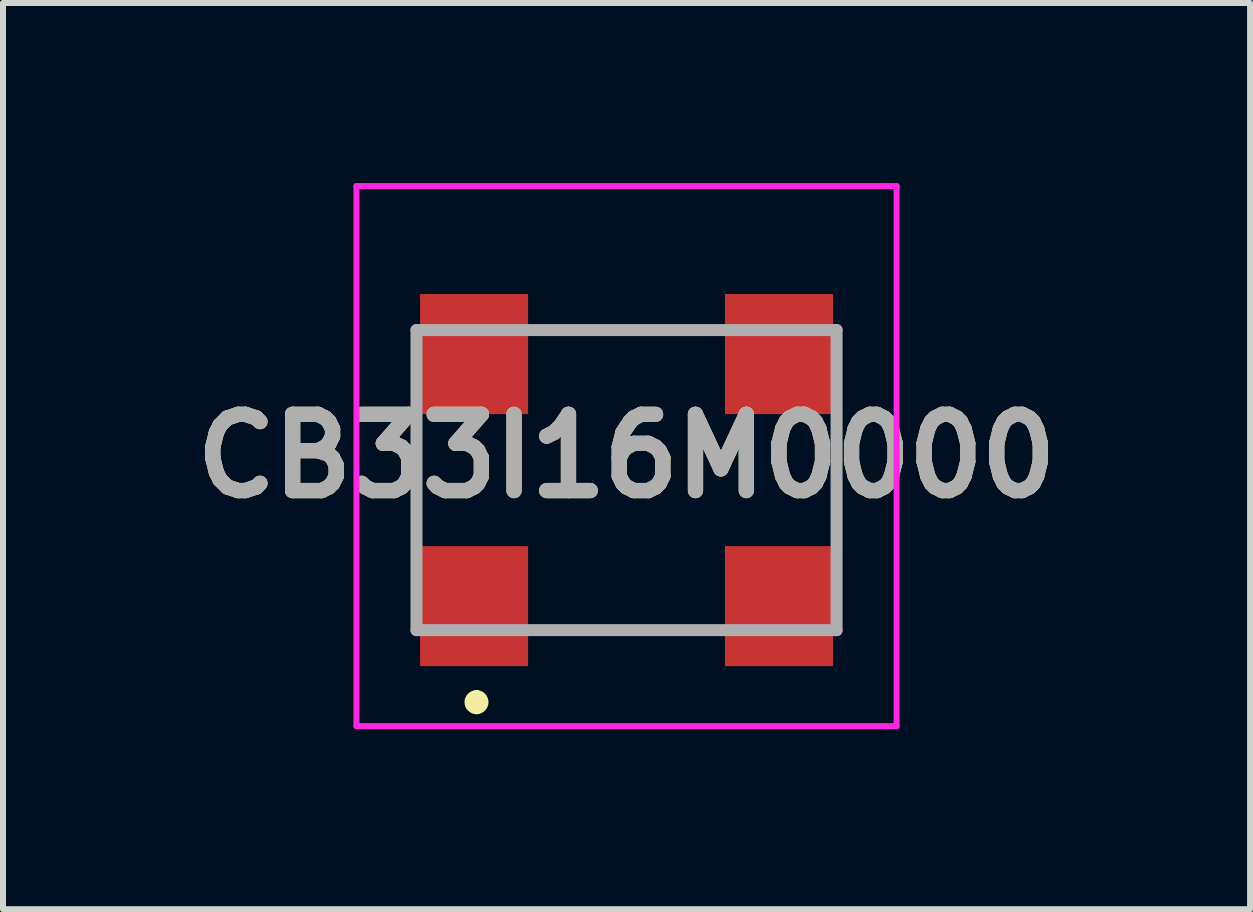
<source format=kicad_pcb>
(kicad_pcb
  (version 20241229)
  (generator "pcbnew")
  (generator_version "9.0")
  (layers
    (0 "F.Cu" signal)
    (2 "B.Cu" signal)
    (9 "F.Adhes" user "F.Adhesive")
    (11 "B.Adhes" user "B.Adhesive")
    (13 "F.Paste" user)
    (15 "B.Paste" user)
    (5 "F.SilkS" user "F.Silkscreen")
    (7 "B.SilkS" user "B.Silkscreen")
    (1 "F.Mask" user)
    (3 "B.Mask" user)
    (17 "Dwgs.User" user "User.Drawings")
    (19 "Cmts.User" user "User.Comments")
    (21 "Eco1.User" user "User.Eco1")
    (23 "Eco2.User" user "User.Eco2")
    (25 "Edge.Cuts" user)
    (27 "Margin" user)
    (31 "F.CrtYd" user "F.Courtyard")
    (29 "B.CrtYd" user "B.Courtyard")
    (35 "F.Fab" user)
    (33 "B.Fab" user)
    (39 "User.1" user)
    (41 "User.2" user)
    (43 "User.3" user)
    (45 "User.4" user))
  (footprint "CB33I16M0000"
    (layer "F.Cu")
    (at 7.39 4.95)
    (property "Reference" "CB33I16M0000" (at 0 -0.4 0) (layer "F.SilkS") (effects (font (size 1.27 1.27) (thickness 0.254))))
    (attr smd)
    (fp_line (start -3.5 -0.5) (end -3.5 -0.5) (stroke (width 0.1) (type solid)) (layer "F.SilkS"))
    (fp_line (start -3.5 -0.5) (end -3.5 0.5) (stroke (width 0.1) (type solid)) (layer "F.SilkS"))
    (fp_line (start -3.5 0.5) (end -3.5 -0.5) (stroke (width 0.1) (type solid)) (layer "F.SilkS"))
    (fp_line (start -3.5 0.5) (end -3.5 0.5) (stroke (width 0.1) (type solid)) (layer "F.SilkS"))
    (fp_line (start -2.5 3.6) (end -2.5 3.6) (stroke (width 0.2) (type solid)) (layer "F.SilkS"))
    (fp_line (start -2.5 3.8) (end -2.5 3.8) (stroke (width 0.2) (type solid)) (layer "F.SilkS"))
    (fp_line (start -1 -2.5) (end -1 -2.5) (stroke (width 0.1) (type solid)) (layer "F.SilkS"))
    (fp_line (start -1 -2.5) (end 1 -2.5) (stroke (width 0.1) (type solid)) (layer "F.SilkS"))
    (fp_line (start -1 2.5) (end -1 2.5) (stroke (width 0.1) (type solid)) (layer "F.SilkS"))
    (fp_line (start -1 2.5) (end 1 2.5) (stroke (width 0.1) (type solid)) (layer "F.SilkS"))
    (fp_line (start 1 -2.5) (end -1 -2.5) (stroke (width 0.1) (type solid)) (layer "F.SilkS"))
    (fp_line (start 1 -2.5) (end 1 -2.5) (stroke (width 0.1) (type solid)) (layer "F.SilkS"))
    (fp_line (start 1 2.5) (end -1 2.5) (stroke (width 0.1) (type solid)) (layer "F.SilkS"))
    (fp_line (start 1 2.5) (end 1 2.5) (stroke (width 0.1) (type solid)) (layer "F.SilkS"))
    (fp_line (start 3.5 -0.5) (end 3.5 -0.5) (stroke (width 0.1) (type solid)) (layer "F.SilkS"))
    (fp_line (start 3.5 -0.5) (end 3.5 0.5) (stroke (width 0.1) (type solid)) (layer "F.SilkS"))
    (fp_line (start 3.5 0.5) (end 3.5 -0.5) (stroke (width 0.1) (type solid)) (layer "F.SilkS"))
    (fp_line (start 3.5 0.5) (end 3.5 0.5) (stroke (width 0.1) (type solid)) (layer "F.SilkS"))
    (fp_arc (start -2.5 3.6) (mid -2.4 3.7) (end -2.5 3.8) (stroke (width 0.2) (type solid)) (layer "F.SilkS"))
    (fp_arc (start -2.5 3.8) (mid -2.6 3.7) (end -2.5 3.6) (stroke (width 0.2) (type solid)) (layer "F.SilkS"))
    (fp_line (start -4.5 -4.9) (end -4.5 4.1) (stroke (width 0.1) (type solid)) (layer "F.CrtYd"))
    (fp_line (start -4.5 4.1) (end 4.5 4.1) (stroke (width 0.1) (type solid)) (layer "F.CrtYd"))
    (fp_line (start 4.5 -4.9) (end -4.5 -4.9) (stroke (width 0.1) (type solid)) (layer "F.CrtYd"))
    (fp_line (start 4.5 4.1) (end 4.5 -4.9) (stroke (width 0.1) (type solid)) (layer "F.CrtYd"))
    (fp_line (start -3.5 -2.5) (end 3.5 -2.5) (stroke (width 0.2) (type solid)) (layer "F.Fab"))
    (fp_line (start -3.5 2.5) (end -3.5 -2.5) (stroke (width 0.2) (type solid)) (layer "F.Fab"))
    (fp_line (start 3.5 -2.5) (end 3.5 2.5) (stroke (width 0.2) (type solid)) (layer "F.Fab"))
    (fp_line (start 3.5 2.5) (end -3.5 2.5) (stroke (width 0.2) (type solid)) (layer "F.Fab"))
    (fp_text user "${REFERENCE}" (at 0 -0.4 0) (layer "F.Fab") (effects (font (size 1.27 1.27) (thickness 0.254))))
    (pad "1" smd rect (at -2.54 2.1) (size 1.8 2) (layers "F.Cu" "F.Mask" "F.Paste"))
    (pad "2" smd rect (at 2.54 2.1) (size 1.8 2) (layers "F.Cu" "F.Mask" "F.Paste"))
    (pad "3" smd rect (at 2.54 -2.1) (size 1.8 2) (layers "F.Cu" "F.Mask" "F.Paste"))
    (pad "4" smd rect (at -2.54 -2.1) (size 1.8 2) (layers "F.Cu" "F.Mask" "F.Paste")))
  (gr_rect
    (start -3 -3)
    (end 17.78 12.1)
    (stroke (width 0.1) (type default))
    (fill no)
    (layer "Edge.Cuts")))
</source>
